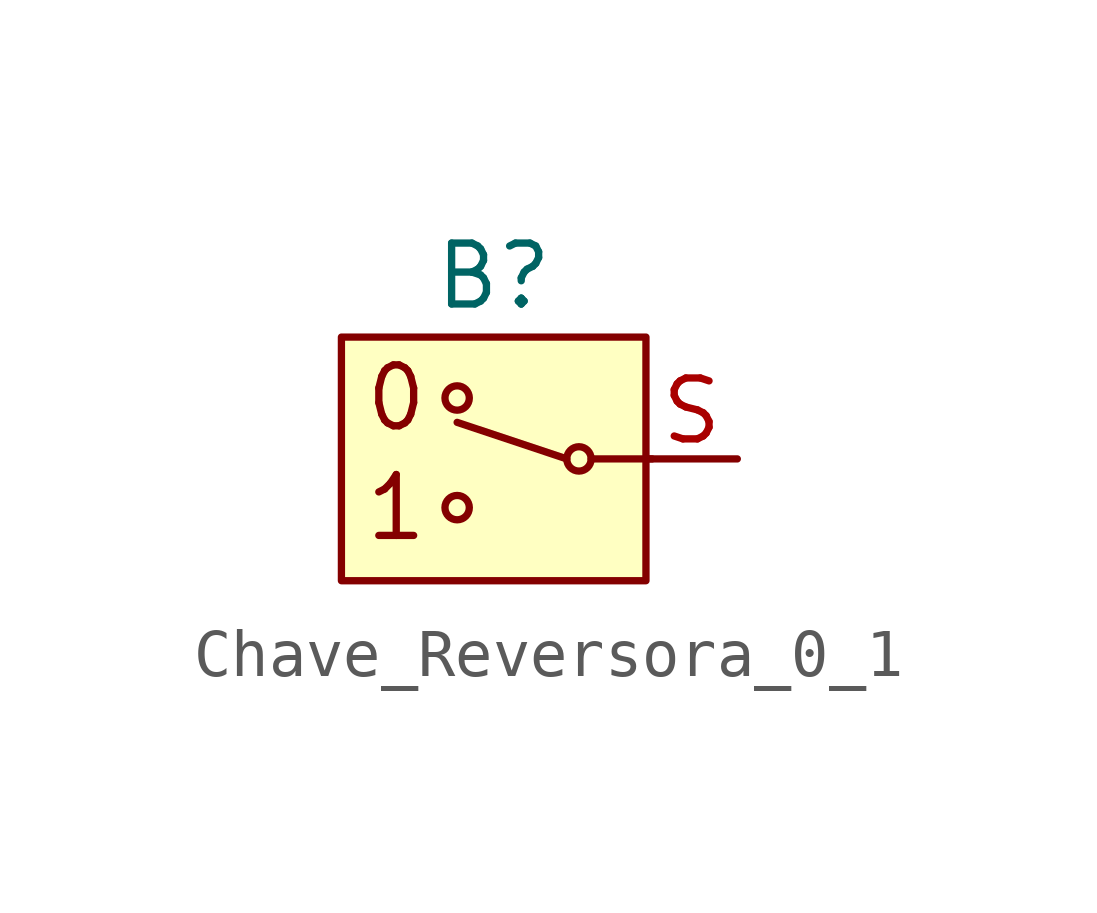
<source format=kicad_sym>
(kicad_symbol_lib
  (version 20211014)
  (generator kicad_symbol_editor)
  (symbol "Chave_Reversora_0_1"
    (pin_names
      (offset 1.016))
    (property "Reference" "B"
      (at 0 3.81 0)
      (effects (font (size 1.27 1.27))))
    (symbol "Chave_Reversora_0_1_0_0"
      (text "0" (at -2.032 1.27 0) (effects (font (size 1.27 1.27)))))
    (symbol "Chave_Reversora_0_1_0_1"
      (circle (center -0.762 1.27) (radius 0.254) (stroke (width 0) (type default) (color 0 0 0 0)) (fill (type none)))
      (polyline (pts (xy -3.175 2.54) (xy -3.175 -2.54) (xy 3.175 -2.54) (xy 3.175 2.54) (xy -3.175 2.54)) (stroke (width 0) (type default) (color 0 0 0 0)) (fill (type background))))
    (symbol "Chave_Reversora_0_1_1_1"
      (circle (center -0.762 -1.016) (radius 0.254) (stroke (width 0) (type default) (color 0 0 0 0)) (fill (type none)))
      (polyline (pts (xy 1.524 0) (xy -0.762 0.762)) (stroke (width 0) (type default) (color 0 0 0 0)) (fill (type none)))
      (polyline (pts (xy 2.032 0) (xy 3.302 0)) (stroke (width 0) (type default) (color 0 0 0 0)) (fill (type none)))
      (circle (center 1.778 0) (radius 0.254) (stroke (width 0) (type default) (color 0 0 0 0)) (fill (type none)))
      (text "1" (at -2.032 -1.016 0) (effects (font (size 1.27 1.27))))
      (pin output line (at 5.08 0 180) (length 1.905) (name "~" (effects (font (size 1.27 1.27)))) (number "S" (effects (font (size 1.27 1.27))))))))
</source>
